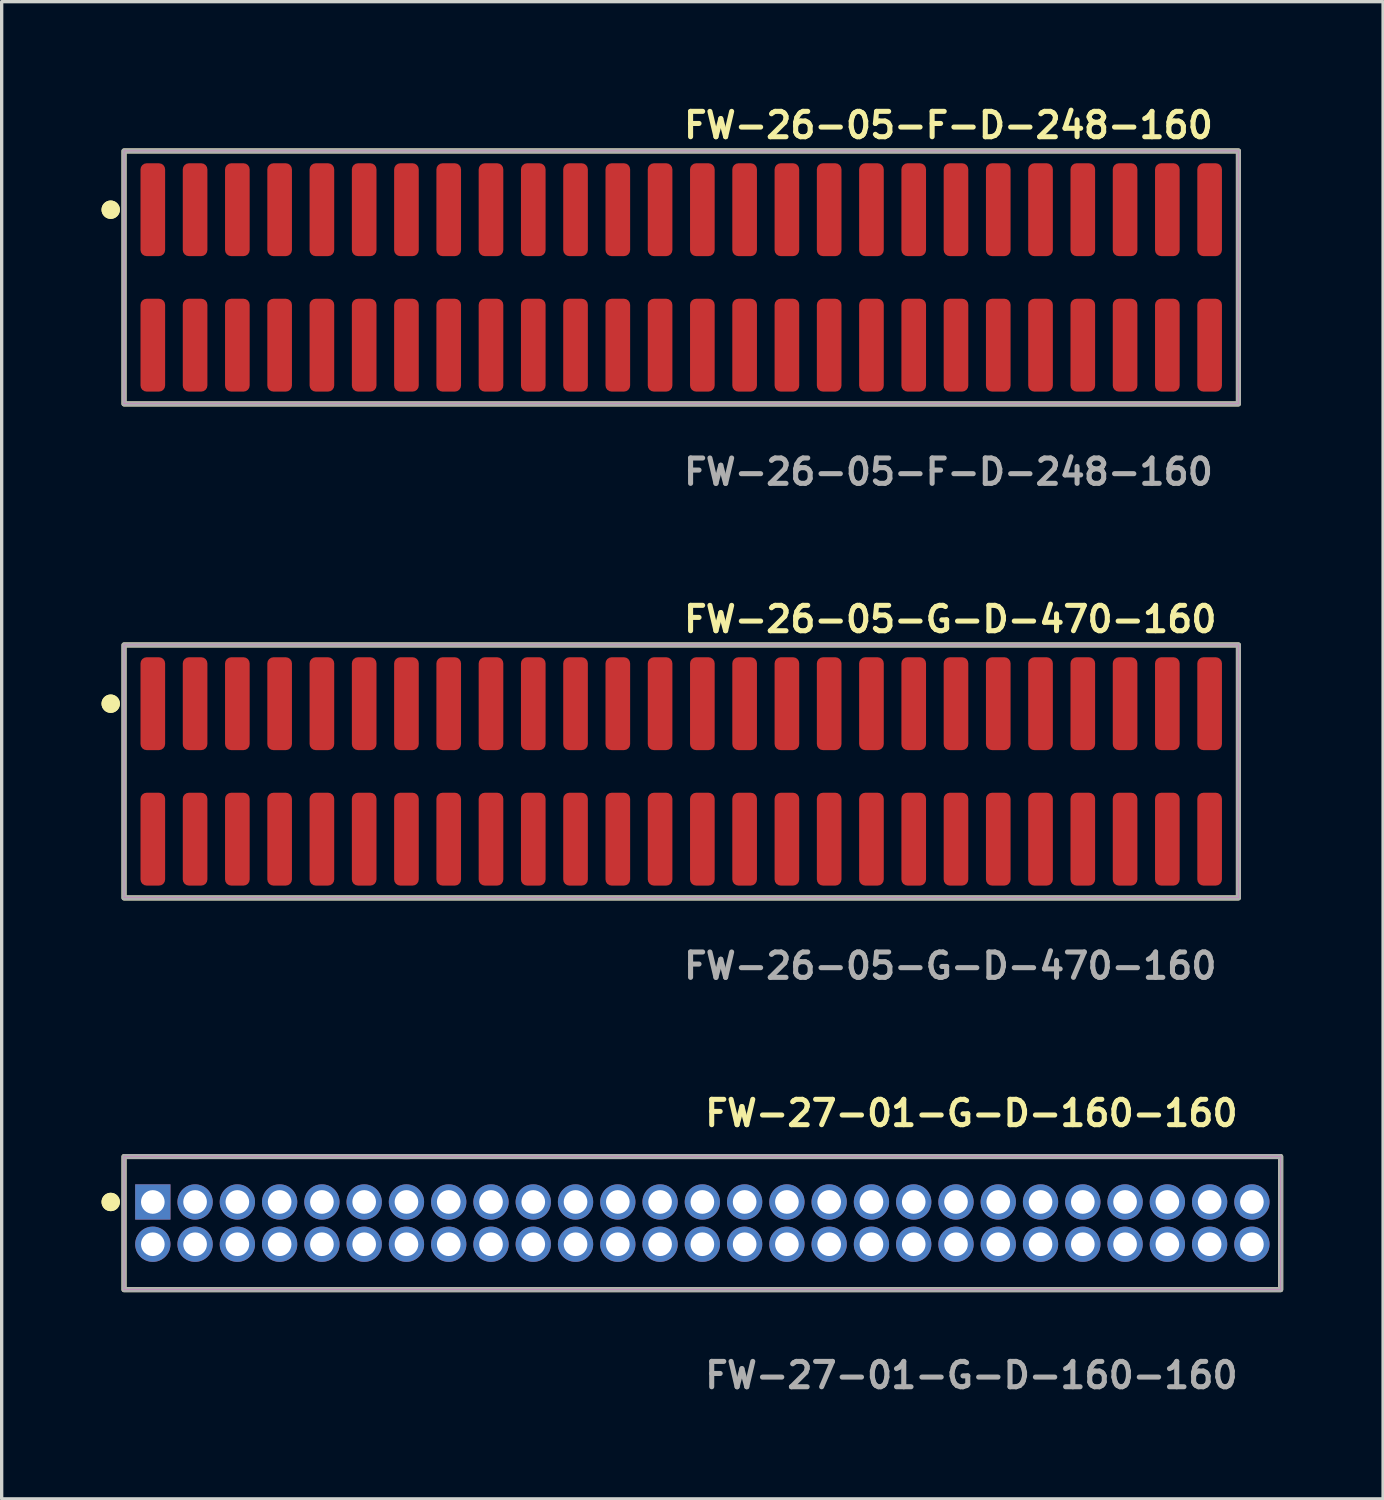
<source format=kicad_pcb>
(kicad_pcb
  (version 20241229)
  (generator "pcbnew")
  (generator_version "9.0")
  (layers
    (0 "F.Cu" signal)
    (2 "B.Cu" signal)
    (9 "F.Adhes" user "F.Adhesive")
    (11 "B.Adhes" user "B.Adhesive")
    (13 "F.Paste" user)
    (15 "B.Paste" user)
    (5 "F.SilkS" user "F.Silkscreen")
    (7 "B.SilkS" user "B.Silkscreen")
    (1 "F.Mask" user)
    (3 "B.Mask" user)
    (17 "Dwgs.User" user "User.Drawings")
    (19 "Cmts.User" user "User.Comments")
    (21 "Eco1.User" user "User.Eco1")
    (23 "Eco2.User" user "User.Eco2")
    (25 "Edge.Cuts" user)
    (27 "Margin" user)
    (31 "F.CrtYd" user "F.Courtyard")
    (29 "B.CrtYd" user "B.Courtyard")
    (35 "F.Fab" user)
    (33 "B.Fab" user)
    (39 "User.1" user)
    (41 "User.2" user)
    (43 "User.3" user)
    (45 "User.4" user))
  (footprint "FW-26-05-G-D-470-160"
    (layer "F.Cu")
    (at 17.416 20.126)
    (property "Reference" "FW-26-05-G-D-470-160" (at 0 -4.572 0) (unlocked yes) (layer "F.SilkS") (effects (font (size 0.762 0.762) (thickness 0.152)) (justify left)))
    (fp_rect (start -16.74 3.8) (end 16.74 -3.8) (stroke (width 0.152) (type solid)) (fill no) (layer "F.SilkS"))
    (fp_circle (center -17.14 -2.035) (end -17.34 -2.035) (stroke (width 0.152) (type solid)) (fill yes) (layer "F.SilkS"))
    (fp_circle (center -17.14 -2.035) (end -17.34 -2.035) (stroke (width 0.152) (type solid)) (fill yes) (layer "F.SilkS"))
    (fp_rect (start -16.74 3.8) (end 16.74 -3.8) (stroke (width 0.006) (type solid)) (fill no) (layer "F.CrtYd"))
    (fp_rect (start -16.74 3.8) (end 16.74 -3.8) (stroke (width 0.152) (type solid)) (fill no) (layer "F.Fab"))
    (fp_text user "${REFERENCE}" (at 0 5.842 0) (unlocked yes) (layer "F.Fab") (effects (font (size 0.762 0.762) (thickness 0.152)) (justify left)))
    (pad "1" smd roundrect (at -15.875 -2.035) (size 0.74 2.79) (layers "F.Cu" "F.Paste") (roundrect_rratio 0.25))
    (pad "2" smd roundrect (at -15.875 2.035) (size 0.74 2.79) (layers "F.Cu" "F.Paste") (roundrect_rratio 0.25))
    (pad "3" smd roundrect (at -14.605 -2.035) (size 0.74 2.79) (layers "F.Cu" "F.Paste") (roundrect_rratio 0.25))
    (pad "4" smd roundrect (at -14.605 2.035) (size 0.74 2.79) (layers "F.Cu" "F.Paste") (roundrect_rratio 0.25))
    (pad "5" smd roundrect (at -13.335 -2.035) (size 0.74 2.79) (layers "F.Cu" "F.Paste") (roundrect_rratio 0.25))
    (pad "6" smd roundrect (at -13.335 2.035) (size 0.74 2.79) (layers "F.Cu" "F.Paste") (roundrect_rratio 0.25))
    (pad "7" smd roundrect (at -12.065 -2.035) (size 0.74 2.79) (layers "F.Cu" "F.Paste") (roundrect_rratio 0.25))
    (pad "8" smd roundrect (at -12.065 2.035) (size 0.74 2.79) (layers "F.Cu" "F.Paste") (roundrect_rratio 0.25))
    (pad "9" smd roundrect (at -10.795 -2.035) (size 0.74 2.79) (layers "F.Cu" "F.Paste") (roundrect_rratio 0.25))
    (pad "10" smd roundrect (at -10.795 2.035) (size 0.74 2.79) (layers "F.Cu" "F.Paste") (roundrect_rratio 0.25))
    (pad "11" smd roundrect (at -9.525 -2.035) (size 0.74 2.79) (layers "F.Cu" "F.Paste") (roundrect_rratio 0.25))
    (pad "12" smd roundrect (at -9.525 2.035) (size 0.74 2.79) (layers "F.Cu" "F.Paste") (roundrect_rratio 0.25))
    (pad "13" smd roundrect (at -8.255 -2.035) (size 0.74 2.79) (layers "F.Cu" "F.Paste") (roundrect_rratio 0.25))
    (pad "14" smd roundrect (at -8.255 2.035) (size 0.74 2.79) (layers "F.Cu" "F.Paste") (roundrect_rratio 0.25))
    (pad "15" smd roundrect (at -6.985 -2.035) (size 0.74 2.79) (layers "F.Cu" "F.Paste") (roundrect_rratio 0.25))
    (pad "16" smd roundrect (at -6.985 2.035) (size 0.74 2.79) (layers "F.Cu" "F.Paste") (roundrect_rratio 0.25))
    (pad "17" smd roundrect (at -5.715 -2.035) (size 0.74 2.79) (layers "F.Cu" "F.Paste") (roundrect_rratio 0.25))
    (pad "18" smd roundrect (at -5.715 2.035) (size 0.74 2.79) (layers "F.Cu" "F.Paste") (roundrect_rratio 0.25))
    (pad "19" smd roundrect (at -4.445 -2.035) (size 0.74 2.79) (layers "F.Cu" "F.Paste") (roundrect_rratio 0.25))
    (pad "20" smd roundrect (at -4.445 2.035) (size 0.74 2.79) (layers "F.Cu" "F.Paste") (roundrect_rratio 0.25))
    (pad "21" smd roundrect (at -3.175 -2.035) (size 0.74 2.79) (layers "F.Cu" "F.Paste") (roundrect_rratio 0.25))
    (pad "22" smd roundrect (at -3.175 2.035) (size 0.74 2.79) (layers "F.Cu" "F.Paste") (roundrect_rratio 0.25))
    (pad "23" smd roundrect (at -1.905 -2.035) (size 0.74 2.79) (layers "F.Cu" "F.Paste") (roundrect_rratio 0.25))
    (pad "24" smd roundrect (at -1.905 2.035) (size 0.74 2.79) (layers "F.Cu" "F.Paste") (roundrect_rratio 0.25))
    (pad "25" smd roundrect (at -0.635 -2.035) (size 0.74 2.79) (layers "F.Cu" "F.Paste") (roundrect_rratio 0.25))
    (pad "26" smd roundrect (at -0.635 2.035) (size 0.74 2.79) (layers "F.Cu" "F.Paste") (roundrect_rratio 0.25))
    (pad "27" smd roundrect (at 0.635 -2.035) (size 0.74 2.79) (layers "F.Cu" "F.Paste") (roundrect_rratio 0.25))
    (pad "28" smd roundrect (at 0.635 2.035) (size 0.74 2.79) (layers "F.Cu" "F.Paste") (roundrect_rratio 0.25))
    (pad "29" smd roundrect (at 1.905 -2.035) (size 0.74 2.79) (layers "F.Cu" "F.Paste") (roundrect_rratio 0.25))
    (pad "30" smd roundrect (at 1.905 2.035) (size 0.74 2.79) (layers "F.Cu" "F.Paste") (roundrect_rratio 0.25))
    (pad "31" smd roundrect (at 3.175 -2.035) (size 0.74 2.79) (layers "F.Cu" "F.Paste") (roundrect_rratio 0.25))
    (pad "32" smd roundrect (at 3.175 2.035) (size 0.74 2.79) (layers "F.Cu" "F.Paste") (roundrect_rratio 0.25))
    (pad "33" smd roundrect (at 4.445 -2.035) (size 0.74 2.79) (layers "F.Cu" "F.Paste") (roundrect_rratio 0.25))
    (pad "34" smd roundrect (at 4.445 2.035) (size 0.74 2.79) (layers "F.Cu" "F.Paste") (roundrect_rratio 0.25))
    (pad "35" smd roundrect (at 5.715 -2.035) (size 0.74 2.79) (layers "F.Cu" "F.Paste") (roundrect_rratio 0.25))
    (pad "36" smd roundrect (at 5.715 2.035) (size 0.74 2.79) (layers "F.Cu" "F.Paste") (roundrect_rratio 0.25))
    (pad "37" smd roundrect (at 6.985 -2.035) (size 0.74 2.79) (layers "F.Cu" "F.Paste") (roundrect_rratio 0.25))
    (pad "38" smd roundrect (at 6.985 2.035) (size 0.74 2.79) (layers "F.Cu" "F.Paste") (roundrect_rratio 0.25))
    (pad "39" smd roundrect (at 8.255 -2.035) (size 0.74 2.79) (layers "F.Cu" "F.Paste") (roundrect_rratio 0.25))
    (pad "40" smd roundrect (at 8.255 2.035) (size 0.74 2.79) (layers "F.Cu" "F.Paste") (roundrect_rratio 0.25))
    (pad "41" smd roundrect (at 9.525 -2.035) (size 0.74 2.79) (layers "F.Cu" "F.Paste") (roundrect_rratio 0.25))
    (pad "42" smd roundrect (at 9.525 2.035) (size 0.74 2.79) (layers "F.Cu" "F.Paste") (roundrect_rratio 0.25))
    (pad "43" smd roundrect (at 10.795 -2.035) (size 0.74 2.79) (layers "F.Cu" "F.Paste") (roundrect_rratio 0.25))
    (pad "44" smd roundrect (at 10.795 2.035) (size 0.74 2.79) (layers "F.Cu" "F.Paste") (roundrect_rratio 0.25))
    (pad "45" smd roundrect (at 12.065 -2.035) (size 0.74 2.79) (layers "F.Cu" "F.Paste") (roundrect_rratio 0.25))
    (pad "46" smd roundrect (at 12.065 2.035) (size 0.74 2.79) (layers "F.Cu" "F.Paste") (roundrect_rratio 0.25))
    (pad "47" smd roundrect (at 13.335 -2.035) (size 0.74 2.79) (layers "F.Cu" "F.Paste") (roundrect_rratio 0.25))
    (pad "48" smd roundrect (at 13.335 2.035) (size 0.74 2.79) (layers "F.Cu" "F.Paste") (roundrect_rratio 0.25))
    (pad "49" smd roundrect (at 14.605 -2.035) (size 0.74 2.79) (layers "F.Cu" "F.Paste") (roundrect_rratio 0.25))
    (pad "50" smd roundrect (at 14.605 2.035) (size 0.74 2.79) (layers "F.Cu" "F.Paste") (roundrect_rratio 0.25))
    (pad "51" smd roundrect (at 15.875 -2.035) (size 0.74 2.79) (layers "F.Cu" "F.Paste") (roundrect_rratio 0.25))
    (pad "52" smd roundrect (at 15.875 2.035) (size 0.74 2.79) (layers "F.Cu" "F.Paste") (roundrect_rratio 0.25)))
  (footprint "FW-26-05-F-D-248-160"
    (layer "F.Cu")
    (at 17.416 5.285)
    (property "Reference" "FW-26-05-F-D-248-160" (at 0 -4.572 0) (unlocked yes) (layer "F.SilkS") (effects (font (size 0.762 0.762) (thickness 0.152)) (justify left)))
    (fp_rect (start -16.74 3.8) (end 16.74 -3.8) (stroke (width 0.152) (type solid)) (fill no) (layer "F.SilkS"))
    (fp_circle (center -17.14 -2.035) (end -17.34 -2.035) (stroke (width 0.152) (type solid)) (fill yes) (layer "F.SilkS"))
    (fp_circle (center -17.14 -2.035) (end -17.34 -2.035) (stroke (width 0.152) (type solid)) (fill yes) (layer "F.SilkS"))
    (fp_rect (start -16.74 3.8) (end 16.74 -3.8) (stroke (width 0.006) (type solid)) (fill no) (layer "F.CrtYd"))
    (fp_rect (start -16.74 3.8) (end 16.74 -3.8) (stroke (width 0.152) (type solid)) (fill no) (layer "F.Fab"))
    (fp_text user "${REFERENCE}" (at 0 5.842 0) (unlocked yes) (layer "F.Fab") (effects (font (size 0.762 0.762) (thickness 0.152)) (justify left)))
    (pad "1" smd roundrect (at -15.875 -2.035) (size 0.74 2.79) (layers "F.Cu" "F.Paste") (roundrect_rratio 0.25))
    (pad "2" smd roundrect (at -15.875 2.035) (size 0.74 2.79) (layers "F.Cu" "F.Paste") (roundrect_rratio 0.25))
    (pad "3" smd roundrect (at -14.605 -2.035) (size 0.74 2.79) (layers "F.Cu" "F.Paste") (roundrect_rratio 0.25))
    (pad "4" smd roundrect (at -14.605 2.035) (size 0.74 2.79) (layers "F.Cu" "F.Paste") (roundrect_rratio 0.25))
    (pad "5" smd roundrect (at -13.335 -2.035) (size 0.74 2.79) (layers "F.Cu" "F.Paste") (roundrect_rratio 0.25))
    (pad "6" smd roundrect (at -13.335 2.035) (size 0.74 2.79) (layers "F.Cu" "F.Paste") (roundrect_rratio 0.25))
    (pad "7" smd roundrect (at -12.065 -2.035) (size 0.74 2.79) (layers "F.Cu" "F.Paste") (roundrect_rratio 0.25))
    (pad "8" smd roundrect (at -12.065 2.035) (size 0.74 2.79) (layers "F.Cu" "F.Paste") (roundrect_rratio 0.25))
    (pad "9" smd roundrect (at -10.795 -2.035) (size 0.74 2.79) (layers "F.Cu" "F.Paste") (roundrect_rratio 0.25))
    (pad "10" smd roundrect (at -10.795 2.035) (size 0.74 2.79) (layers "F.Cu" "F.Paste") (roundrect_rratio 0.25))
    (pad "11" smd roundrect (at -9.525 -2.035) (size 0.74 2.79) (layers "F.Cu" "F.Paste") (roundrect_rratio 0.25))
    (pad "12" smd roundrect (at -9.525 2.035) (size 0.74 2.79) (layers "F.Cu" "F.Paste") (roundrect_rratio 0.25))
    (pad "13" smd roundrect (at -8.255 -2.035) (size 0.74 2.79) (layers "F.Cu" "F.Paste") (roundrect_rratio 0.25))
    (pad "14" smd roundrect (at -8.255 2.035) (size 0.74 2.79) (layers "F.Cu" "F.Paste") (roundrect_rratio 0.25))
    (pad "15" smd roundrect (at -6.985 -2.035) (size 0.74 2.79) (layers "F.Cu" "F.Paste") (roundrect_rratio 0.25))
    (pad "16" smd roundrect (at -6.985 2.035) (size 0.74 2.79) (layers "F.Cu" "F.Paste") (roundrect_rratio 0.25))
    (pad "17" smd roundrect (at -5.715 -2.035) (size 0.74 2.79) (layers "F.Cu" "F.Paste") (roundrect_rratio 0.25))
    (pad "18" smd roundrect (at -5.715 2.035) (size 0.74 2.79) (layers "F.Cu" "F.Paste") (roundrect_rratio 0.25))
    (pad "19" smd roundrect (at -4.445 -2.035) (size 0.74 2.79) (layers "F.Cu" "F.Paste") (roundrect_rratio 0.25))
    (pad "20" smd roundrect (at -4.445 2.035) (size 0.74 2.79) (layers "F.Cu" "F.Paste") (roundrect_rratio 0.25))
    (pad "21" smd roundrect (at -3.175 -2.035) (size 0.74 2.79) (layers "F.Cu" "F.Paste") (roundrect_rratio 0.25))
    (pad "22" smd roundrect (at -3.175 2.035) (size 0.74 2.79) (layers "F.Cu" "F.Paste") (roundrect_rratio 0.25))
    (pad "23" smd roundrect (at -1.905 -2.035) (size 0.74 2.79) (layers "F.Cu" "F.Paste") (roundrect_rratio 0.25))
    (pad "24" smd roundrect (at -1.905 2.035) (size 0.74 2.79) (layers "F.Cu" "F.Paste") (roundrect_rratio 0.25))
    (pad "25" smd roundrect (at -0.635 -2.035) (size 0.74 2.79) (layers "F.Cu" "F.Paste") (roundrect_rratio 0.25))
    (pad "26" smd roundrect (at -0.635 2.035) (size 0.74 2.79) (layers "F.Cu" "F.Paste") (roundrect_rratio 0.25))
    (pad "27" smd roundrect (at 0.635 -2.035) (size 0.74 2.79) (layers "F.Cu" "F.Paste") (roundrect_rratio 0.25))
    (pad "28" smd roundrect (at 0.635 2.035) (size 0.74 2.79) (layers "F.Cu" "F.Paste") (roundrect_rratio 0.25))
    (pad "29" smd roundrect (at 1.905 -2.035) (size 0.74 2.79) (layers "F.Cu" "F.Paste") (roundrect_rratio 0.25))
    (pad "30" smd roundrect (at 1.905 2.035) (size 0.74 2.79) (layers "F.Cu" "F.Paste") (roundrect_rratio 0.25))
    (pad "31" smd roundrect (at 3.175 -2.035) (size 0.74 2.79) (layers "F.Cu" "F.Paste") (roundrect_rratio 0.25))
    (pad "32" smd roundrect (at 3.175 2.035) (size 0.74 2.79) (layers "F.Cu" "F.Paste") (roundrect_rratio 0.25))
    (pad "33" smd roundrect (at 4.445 -2.035) (size 0.74 2.79) (layers "F.Cu" "F.Paste") (roundrect_rratio 0.25))
    (pad "34" smd roundrect (at 4.445 2.035) (size 0.74 2.79) (layers "F.Cu" "F.Paste") (roundrect_rratio 0.25))
    (pad "35" smd roundrect (at 5.715 -2.035) (size 0.74 2.79) (layers "F.Cu" "F.Paste") (roundrect_rratio 0.25))
    (pad "36" smd roundrect (at 5.715 2.035) (size 0.74 2.79) (layers "F.Cu" "F.Paste") (roundrect_rratio 0.25))
    (pad "37" smd roundrect (at 6.985 -2.035) (size 0.74 2.79) (layers "F.Cu" "F.Paste") (roundrect_rratio 0.25))
    (pad "38" smd roundrect (at 6.985 2.035) (size 0.74 2.79) (layers "F.Cu" "F.Paste") (roundrect_rratio 0.25))
    (pad "39" smd roundrect (at 8.255 -2.035) (size 0.74 2.79) (layers "F.Cu" "F.Paste") (roundrect_rratio 0.25))
    (pad "40" smd roundrect (at 8.255 2.035) (size 0.74 2.79) (layers "F.Cu" "F.Paste") (roundrect_rratio 0.25))
    (pad "41" smd roundrect (at 9.525 -2.035) (size 0.74 2.79) (layers "F.Cu" "F.Paste") (roundrect_rratio 0.25))
    (pad "42" smd roundrect (at 9.525 2.035) (size 0.74 2.79) (layers "F.Cu" "F.Paste") (roundrect_rratio 0.25))
    (pad "43" smd roundrect (at 10.795 -2.035) (size 0.74 2.79) (layers "F.Cu" "F.Paste") (roundrect_rratio 0.25))
    (pad "44" smd roundrect (at 10.795 2.035) (size 0.74 2.79) (layers "F.Cu" "F.Paste") (roundrect_rratio 0.25))
    (pad "45" smd roundrect (at 12.065 -2.035) (size 0.74 2.79) (layers "F.Cu" "F.Paste") (roundrect_rratio 0.25))
    (pad "46" smd roundrect (at 12.065 2.035) (size 0.74 2.79) (layers "F.Cu" "F.Paste") (roundrect_rratio 0.25))
    (pad "47" smd roundrect (at 13.335 -2.035) (size 0.74 2.79) (layers "F.Cu" "F.Paste") (roundrect_rratio 0.25))
    (pad "48" smd roundrect (at 13.335 2.035) (size 0.74 2.79) (layers "F.Cu" "F.Paste") (roundrect_rratio 0.25))
    (pad "49" smd roundrect (at 14.605 -2.035) (size 0.74 2.79) (layers "F.Cu" "F.Paste") (roundrect_rratio 0.25))
    (pad "50" smd roundrect (at 14.605 2.035) (size 0.74 2.79) (layers "F.Cu" "F.Paste") (roundrect_rratio 0.25))
    (pad "51" smd roundrect (at 15.875 -2.035) (size 0.74 2.79) (layers "F.Cu" "F.Paste") (roundrect_rratio 0.25))
    (pad "52" smd roundrect (at 15.875 2.035) (size 0.74 2.79) (layers "F.Cu" "F.Paste") (roundrect_rratio 0.25)))
  (footprint "FW-27-01-G-D-160-160"
    (layer "F.Cu")
    (at 18.051 33.696)
    (property "Reference" "FW-27-01-G-D-160-160" (at 0 -3.302 0) (unlocked yes) (layer "F.SilkS") (effects (font (size 0.762 0.762) (thickness 0.152)) (justify left)))
    (fp_rect (start -17.375 2) (end 17.375 -2) (stroke (width 0.152) (type solid)) (fill no) (layer "F.SilkS"))
    (fp_circle (center -17.775 -0.635) (end -17.975 -0.635) (stroke (width 0.152) (type solid)) (fill yes) (layer "F.SilkS"))
    (fp_circle (center -17.775 -0.635) (end -17.975 -0.635) (stroke (width 0.152) (type solid)) (fill yes) (layer "F.SilkS"))
    (fp_rect (start -17.375 2) (end 17.375 -2) (stroke (width 0.006) (type solid)) (fill no) (layer "F.CrtYd"))
    (fp_rect (start -17.375 2) (end 17.375 -2) (stroke (width 0.152) (type solid)) (fill no) (layer "F.Fab"))
    (fp_text user "${REFERENCE}" (at 0 4.572 0) (unlocked yes) (layer "F.Fab") (effects (font (size 0.762 0.762) (thickness 0.152)) (justify left)))
    (pad "1" thru_hole rect (at -16.51 -0.635) (size 1.06 1.06) (drill 0.71) (layers "*.Cu" "*.Mask"))
    (pad "2" thru_hole circle (at -16.51 0.635) (size 1.06 1.06) (drill 0.71) (layers "*.Cu" "*.Mask"))
    (pad "3" thru_hole circle (at -15.24 -0.635) (size 1.06 1.06) (drill 0.71) (layers "*.Cu" "*.Mask"))
    (pad "4" thru_hole circle (at -15.24 0.635) (size 1.06 1.06) (drill 0.71) (layers "*.Cu" "*.Mask"))
    (pad "5" thru_hole circle (at -13.97 -0.635) (size 1.06 1.06) (drill 0.71) (layers "*.Cu" "*.Mask"))
    (pad "6" thru_hole circle (at -13.97 0.635) (size 1.06 1.06) (drill 0.71) (layers "*.Cu" "*.Mask"))
    (pad "7" thru_hole circle (at -12.7 -0.635) (size 1.06 1.06) (drill 0.71) (layers "*.Cu" "*.Mask"))
    (pad "8" thru_hole circle (at -12.7 0.635) (size 1.06 1.06) (drill 0.71) (layers "*.Cu" "*.Mask"))
    (pad "9" thru_hole circle (at -11.43 -0.635) (size 1.06 1.06) (drill 0.71) (layers "*.Cu" "*.Mask"))
    (pad "10" thru_hole circle (at -11.43 0.635) (size 1.06 1.06) (drill 0.71) (layers "*.Cu" "*.Mask"))
    (pad "11" thru_hole circle (at -10.16 -0.635) (size 1.06 1.06) (drill 0.71) (layers "*.Cu" "*.Mask"))
    (pad "12" thru_hole circle (at -10.16 0.635) (size 1.06 1.06) (drill 0.71) (layers "*.Cu" "*.Mask"))
    (pad "13" thru_hole circle (at -8.89 -0.635) (size 1.06 1.06) (drill 0.71) (layers "*.Cu" "*.Mask"))
    (pad "14" thru_hole circle (at -8.89 0.635) (size 1.06 1.06) (drill 0.71) (layers "*.Cu" "*.Mask"))
    (pad "15" thru_hole circle (at -7.62 -0.635) (size 1.06 1.06) (drill 0.71) (layers "*.Cu" "*.Mask"))
    (pad "16" thru_hole circle (at -7.62 0.635) (size 1.06 1.06) (drill 0.71) (layers "*.Cu" "*.Mask"))
    (pad "17" thru_hole circle (at -6.35 -0.635) (size 1.06 1.06) (drill 0.71) (layers "*.Cu" "*.Mask"))
    (pad "18" thru_hole circle (at -6.35 0.635) (size 1.06 1.06) (drill 0.71) (layers "*.Cu" "*.Mask"))
    (pad "19" thru_hole circle (at -5.08 -0.635) (size 1.06 1.06) (drill 0.71) (layers "*.Cu" "*.Mask"))
    (pad "20" thru_hole circle (at -5.08 0.635) (size 1.06 1.06) (drill 0.71) (layers "*.Cu" "*.Mask"))
    (pad "21" thru_hole circle (at -3.81 -0.635) (size 1.06 1.06) (drill 0.71) (layers "*.Cu" "*.Mask"))
    (pad "22" thru_hole circle (at -3.81 0.635) (size 1.06 1.06) (drill 0.71) (layers "*.Cu" "*.Mask"))
    (pad "23" thru_hole circle (at -2.54 -0.635) (size 1.06 1.06) (drill 0.71) (layers "*.Cu" "*.Mask"))
    (pad "24" thru_hole circle (at -2.54 0.635) (size 1.06 1.06) (drill 0.71) (layers "*.Cu" "*.Mask"))
    (pad "25" thru_hole circle (at -1.27 -0.635) (size 1.06 1.06) (drill 0.71) (layers "*.Cu" "*.Mask"))
    (pad "26" thru_hole circle (at -1.27 0.635) (size 1.06 1.06) (drill 0.71) (layers "*.Cu" "*.Mask"))
    (pad "27" thru_hole circle (at 0 -0.635) (size 1.06 1.06) (drill 0.71) (layers "*.Cu" "*.Mask"))
    (pad "28" thru_hole circle (at 0 0.635) (size 1.06 1.06) (drill 0.71) (layers "*.Cu" "*.Mask"))
    (pad "29" thru_hole circle (at 1.27 -0.635) (size 1.06 1.06) (drill 0.71) (layers "*.Cu" "*.Mask"))
    (pad "30" thru_hole circle (at 1.27 0.635) (size 1.06 1.06) (drill 0.71) (layers "*.Cu" "*.Mask"))
    (pad "31" thru_hole circle (at 2.54 -0.635) (size 1.06 1.06) (drill 0.71) (layers "*.Cu" "*.Mask"))
    (pad "32" thru_hole circle (at 2.54 0.635) (size 1.06 1.06) (drill 0.71) (layers "*.Cu" "*.Mask"))
    (pad "33" thru_hole circle (at 3.81 -0.635) (size 1.06 1.06) (drill 0.71) (layers "*.Cu" "*.Mask"))
    (pad "34" thru_hole circle (at 3.81 0.635) (size 1.06 1.06) (drill 0.71) (layers "*.Cu" "*.Mask"))
    (pad "35" thru_hole circle (at 5.08 -0.635) (size 1.06 1.06) (drill 0.71) (layers "*.Cu" "*.Mask"))
    (pad "36" thru_hole circle (at 5.08 0.635) (size 1.06 1.06) (drill 0.71) (layers "*.Cu" "*.Mask"))
    (pad "37" thru_hole circle (at 6.35 -0.635) (size 1.06 1.06) (drill 0.71) (layers "*.Cu" "*.Mask"))
    (pad "38" thru_hole circle (at 6.35 0.635) (size 1.06 1.06) (drill 0.71) (layers "*.Cu" "*.Mask"))
    (pad "39" thru_hole circle (at 7.62 -0.635) (size 1.06 1.06) (drill 0.71) (layers "*.Cu" "*.Mask"))
    (pad "40" thru_hole circle (at 7.62 0.635) (size 1.06 1.06) (drill 0.71) (layers "*.Cu" "*.Mask"))
    (pad "41" thru_hole circle (at 8.89 -0.635) (size 1.06 1.06) (drill 0.71) (layers "*.Cu" "*.Mask"))
    (pad "42" thru_hole circle (at 8.89 0.635) (size 1.06 1.06) (drill 0.71) (layers "*.Cu" "*.Mask"))
    (pad "43" thru_hole circle (at 10.16 -0.635) (size 1.06 1.06) (drill 0.71) (layers "*.Cu" "*.Mask"))
    (pad "44" thru_hole circle (at 10.16 0.635) (size 1.06 1.06) (drill 0.71) (layers "*.Cu" "*.Mask"))
    (pad "45" thru_hole circle (at 11.43 -0.635) (size 1.06 1.06) (drill 0.71) (layers "*.Cu" "*.Mask"))
    (pad "46" thru_hole circle (at 11.43 0.635) (size 1.06 1.06) (drill 0.71) (layers "*.Cu" "*.Mask"))
    (pad "47" thru_hole circle (at 12.7 -0.635) (size 1.06 1.06) (drill 0.71) (layers "*.Cu" "*.Mask"))
    (pad "48" thru_hole circle (at 12.7 0.635) (size 1.06 1.06) (drill 0.71) (layers "*.Cu" "*.Mask"))
    (pad "49" thru_hole circle (at 13.97 -0.635) (size 1.06 1.06) (drill 0.71) (layers "*.Cu" "*.Mask"))
    (pad "50" thru_hole circle (at 13.97 0.635) (size 1.06 1.06) (drill 0.71) (layers "*.Cu" "*.Mask"))
    (pad "51" thru_hole circle (at 15.24 -0.635) (size 1.06 1.06) (drill 0.71) (layers "*.Cu" "*.Mask"))
    (pad "52" thru_hole circle (at 15.24 0.635) (size 1.06 1.06) (drill 0.71) (layers "*.Cu" "*.Mask"))
    (pad "53" thru_hole circle (at 16.51 -0.635) (size 1.06 1.06) (drill 0.71) (layers "*.Cu" "*.Mask"))
    (pad "54" thru_hole circle (at 16.51 0.635) (size 1.06 1.06) (drill 0.71) (layers "*.Cu" "*.Mask")))
  (gr_rect
    (start -3 -3)
    (end 38.502 41.981)
    (stroke (width 0.1) (type default))
    (fill no)
    (layer "Edge.Cuts")))
</source>
